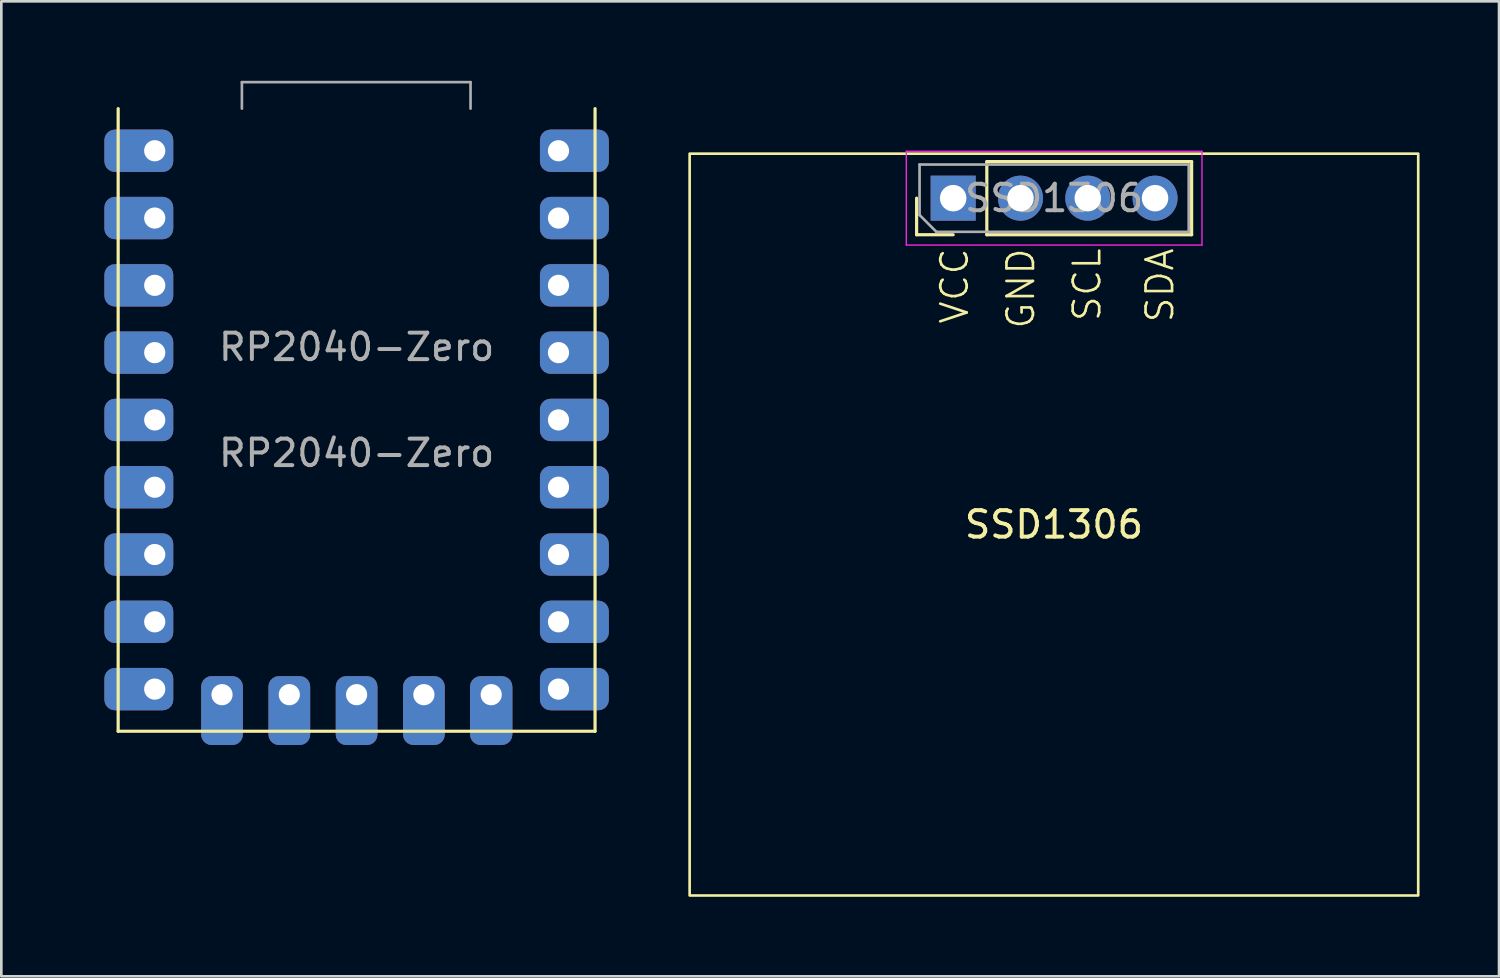
<source format=kicad_pcb>
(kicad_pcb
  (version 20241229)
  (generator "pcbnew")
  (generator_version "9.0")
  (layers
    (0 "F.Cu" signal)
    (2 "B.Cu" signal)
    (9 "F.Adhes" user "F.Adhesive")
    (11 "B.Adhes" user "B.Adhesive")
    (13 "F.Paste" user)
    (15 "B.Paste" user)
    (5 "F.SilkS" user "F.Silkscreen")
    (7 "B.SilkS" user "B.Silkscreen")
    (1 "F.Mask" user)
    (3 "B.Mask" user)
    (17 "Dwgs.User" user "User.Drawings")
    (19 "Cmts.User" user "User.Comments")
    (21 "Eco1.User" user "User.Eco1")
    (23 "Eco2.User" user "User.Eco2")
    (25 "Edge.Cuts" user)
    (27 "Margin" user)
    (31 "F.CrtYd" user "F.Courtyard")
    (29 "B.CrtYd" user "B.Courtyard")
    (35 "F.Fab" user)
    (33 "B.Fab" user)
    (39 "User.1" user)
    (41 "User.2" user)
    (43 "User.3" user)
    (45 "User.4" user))
  (footprint "RP2040-Zero"
    (layer "F.Cu")
    (at 0.25 25.5)
    (property "Reference" "RP2040-Zero" (at 10.16 -15.45 0) (unlocked yes) (layer "F.Fab") (effects (font (size 1 1) (thickness 0.15))))
    (attr through_hole)
    (fp_line (start 1.16 -24.45) (end 1.16 -0.95) (stroke (width 0.12) (type solid)) (layer "F.SilkS"))
    (fp_line (start 1.16 -0.95) (end 19.16 -0.95) (stroke (width 0.12) (type solid)) (layer "F.SilkS"))
    (fp_line (start 19.16 -0.95) (end 19.16 -24.45) (stroke (width 0.12) (type solid)) (layer "F.SilkS"))
    (fp_line (start 5.83 -25.45) (end 5.83 -24.45) (stroke (width 0.1) (type solid)) (layer "F.Fab"))
    (fp_line (start 5.83 -25.45) (end 14.46 -25.45) (stroke (width 0.1) (type solid)) (layer "F.Fab"))
    (fp_line (start 14.46 -25.45) (end 14.46 -24.45) (stroke (width 0.1) (type solid)) (layer "F.Fab"))
    (fp_text user "${REFERENCE}" (at 10.16 -11.45 0) (unlocked yes) (layer "F.Fab") (effects (font (size 1 1) (thickness 0.15))))
    (pad "1" thru_hole roundrect (at 17.78 -22.86) (size 2.6 1.6) (drill 0.8 (offset 0.6 0)) (layers "*.Cu" "*.Mask") (roundrect_rratio 0.25))
    (pad "2" thru_hole roundrect (at 17.78 -20.32) (size 2.6 1.6) (drill 0.8 (offset 0.6 0)) (layers "*.Cu" "*.Mask") (roundrect_rratio 0.25))
    (pad "3" thru_hole roundrect (at 17.78 -17.78) (size 2.6 1.6) (drill 0.8 (offset 0.6 0)) (layers "*.Cu" "*.Mask") (roundrect_rratio 0.25))
    (pad "4" thru_hole roundrect (at 17.78 -15.24) (size 2.6 1.6) (drill 0.8 (offset 0.6 0)) (layers "*.Cu" "*.Mask") (roundrect_rratio 0.25))
    (pad "5" thru_hole roundrect (at 17.78 -12.7) (size 2.6 1.6) (drill 0.8 (offset 0.6 0)) (layers "*.Cu" "*.Mask") (roundrect_rratio 0.25))
    (pad "6" thru_hole roundrect (at 17.78 -10.16) (size 2.6 1.6) (drill 0.8 (offset 0.6 0)) (layers "*.Cu" "*.Mask") (roundrect_rratio 0.25))
    (pad "7" thru_hole roundrect (at 17.78 -7.62) (size 2.6 1.6) (drill 0.8 (offset 0.6 0)) (layers "*.Cu" "*.Mask") (roundrect_rratio 0.25))
    (pad "8" thru_hole roundrect (at 17.78 -5.08) (size 2.6 1.6) (drill 0.8 (offset 0.6 0)) (layers "*.Cu" "*.Mask") (roundrect_rratio 0.25))
    (pad "9" thru_hole roundrect (at 17.78 -2.54) (size 2.6 1.6) (drill 0.8 (offset 0.6 0)) (layers "*.Cu" "*.Mask") (roundrect_rratio 0.25))
    (pad "10" thru_hole roundrect (at 15.24 -2.33) (size 1.6 2.6) (drill 0.8 (offset 0 0.6)) (layers "*.Cu" "*.Mask") (roundrect_rratio 0.25))
    (pad "11" thru_hole roundrect (at 12.7 -2.33) (size 1.575 2.6) (drill 0.8 (offset 0 0.6)) (layers "*.Cu" "*.Mask") (roundrect_rratio 0.25))
    (pad "12" thru_hole roundrect (at 10.16 -2.33) (size 1.575 2.6) (drill 0.8 (offset 0 0.6)) (layers "*.Cu" "*.Mask") (roundrect_rratio 0.25))
    (pad "13" thru_hole roundrect (at 7.62 -2.33) (size 1.575 2.6) (drill 0.8 (offset 0 0.6)) (layers "*.Cu" "*.Mask") (roundrect_rratio 0.25))
    (pad "14" thru_hole roundrect (at 5.08 -2.33) (size 1.575 2.6) (drill 0.8 (offset 0 0.6)) (layers "*.Cu" "*.Mask") (roundrect_rratio 0.25))
    (pad "15" thru_hole roundrect (at 2.54 -2.54) (size 2.6 1.6) (drill 0.8 (offset -0.6 0)) (layers "*.Cu" "*.Mask") (roundrect_rratio 0.25))
    (pad "16" thru_hole roundrect (at 2.54 -5.08) (size 2.6 1.6) (drill 0.8 (offset -0.6 0)) (layers "*.Cu" "*.Mask") (roundrect_rratio 0.25))
    (pad "17" thru_hole roundrect (at 2.54 -7.62) (size 2.6 1.6) (drill 0.8 (offset -0.6 0)) (layers "*.Cu" "*.Mask") (roundrect_rratio 0.25))
    (pad "18" thru_hole roundrect (at 2.54 -10.16) (size 2.6 1.6) (drill 0.8 (offset -0.6 0)) (layers "*.Cu" "*.Mask") (roundrect_rratio 0.25))
    (pad "19" thru_hole roundrect (at 2.54 -22.86) (size 2.6 1.6) (drill 0.8 (offset -0.6 0)) (layers "*.Cu" "*.Mask") (roundrect_rratio 0.25))
    (pad "20" thru_hole roundrect (at 2.54 -20.32) (size 2.6 1.6) (drill 0.8 (offset -0.6 0)) (layers "*.Cu" "*.Mask") (roundrect_rratio 0.25))
    (pad "21" thru_hole roundrect (at 2.54 -17.78) (size 2.6 1.6) (drill 0.8 (offset -0.6 0)) (layers "*.Cu" "*.Mask") (roundrect_rratio 0.25))
    (pad "22" thru_hole roundrect (at 2.54 -12.7) (size 2.6 1.6) (drill 0.8 (offset -0.6 0)) (layers "*.Cu" "*.Mask") (roundrect_rratio 0.25))
    (pad "23" thru_hole roundrect (at 2.54 -15.24) (size 2.6 1.6) (drill 0.8 (offset -0.6 0)) (layers "*.Cu" "*.Mask") (roundrect_rratio 0.25)))
  (footprint "SSD1306"
    (layer "F.Cu")
    (at 36.73 0.25)
    (property "Reference" "SSD1306" (at 0 16.5 0) (layer "F.SilkS") (effects (font (size 1 1) (thickness 0.15))))
    (attr through_hole)
    (fp_line (start -5.183 5.56) (end -5.183 4.18) (stroke (width 0.12) (type solid)) (layer "F.SilkS"))
    (fp_line (start -3.803 5.56) (end -5.183 5.56) (stroke (width 0.12) (type solid)) (layer "F.SilkS"))
    (fp_line (start -2.533 2.8) (end 5.197 2.8) (stroke (width 0.12) (type solid)) (layer "F.SilkS"))
    (fp_line (start -2.533 5.56) (end -2.533 2.8) (stroke (width 0.12) (type solid)) (layer "F.SilkS"))
    (fp_line (start -2.533 5.56) (end 5.197 5.56) (stroke (width 0.12) (type solid)) (layer "F.SilkS"))
    (fp_line (start 5.197 5.56) (end 5.197 2.8) (stroke (width 0.12) (type solid)) (layer "F.SilkS"))
    (fp_rect (start -13.75 2.5) (end 13.75 30.5) (stroke (width 0.1) (type default)) (fill no) (layer "F.SilkS"))
    (fp_line (start -5.572 2.41) (end -5.572 5.95) (stroke (width 0.05) (type solid)) (layer "F.CrtYd"))
    (fp_line (start -5.572 5.95) (end 5.588 5.95) (stroke (width 0.05) (type solid)) (layer "F.CrtYd"))
    (fp_line (start 5.588 2.41) (end -5.572 2.41) (stroke (width 0.05) (type solid)) (layer "F.CrtYd"))
    (fp_line (start 5.588 5.95) (end 5.588 2.41) (stroke (width 0.05) (type solid)) (layer "F.CrtYd"))
    (fp_line (start -5.072 2.91) (end 5.088 2.91) (stroke (width 0.1) (type solid)) (layer "F.Fab"))
    (fp_line (start -5.072 4.815) (end -5.072 2.91) (stroke (width 0.1) (type solid)) (layer "F.Fab"))
    (fp_line (start -4.438 5.45) (end -5.072 4.815) (stroke (width 0.1) (type solid)) (layer "F.Fab"))
    (fp_line (start 5.088 2.91) (end 5.088 5.45) (stroke (width 0.1) (type solid)) (layer "F.Fab"))
    (fp_line (start 5.088 5.45) (end -4.438 5.45) (stroke (width 0.1) (type solid)) (layer "F.Fab"))
    (fp_text user "SDA" (at 4 6 90) (unlocked yes) (layer "F.SilkS") (effects (font (size 1 1) (thickness 0.1)) (justify right)))
    (fp_text user "SCL" (at 1.25 6 90) (unlocked yes) (layer "F.SilkS") (effects (font (size 1 1) (thickness 0.1)) (justify right)))
    (fp_text user "GND" (at -1.25 6 90) (unlocked yes) (layer "F.SilkS") (effects (font (size 1 1) (thickness 0.1)) (justify right)))
    (fp_text user "VCC" (at -3.75 6 90) (unlocked yes) (layer "F.SilkS") (effects (font (size 1 1) (thickness 0.1)) (justify right)))
    (fp_text user "${REFERENCE}" (at 0.007 4.18 180) (layer "F.Fab") (effects (font (size 1 1) (thickness 0.15))))
    (pad "1" thru_hole rect (at -3.803 4.18 90) (size 1.7 1.7) (drill 1) (layers "*.Cu" "*.Mask"))
    (pad "2" thru_hole circle (at -1.262 4.18 90) (size 1.7 1.7) (drill 1) (layers "*.Cu" "*.Mask"))
    (pad "3" thru_hole circle (at 1.278 4.18 90) (size 1.7 1.7) (drill 1) (layers "*.Cu" "*.Mask"))
    (pad "4" thru_hole circle (at 3.817 4.18 90) (size 1.7 1.7) (drill 1) (layers "*.Cu" "*.Mask")))
  (gr_rect
    (start -3 -3)
    (end 53.53 33.8)
    (stroke (width 0.1) (type default))
    (fill no)
    (layer "Edge.Cuts")))
</source>
